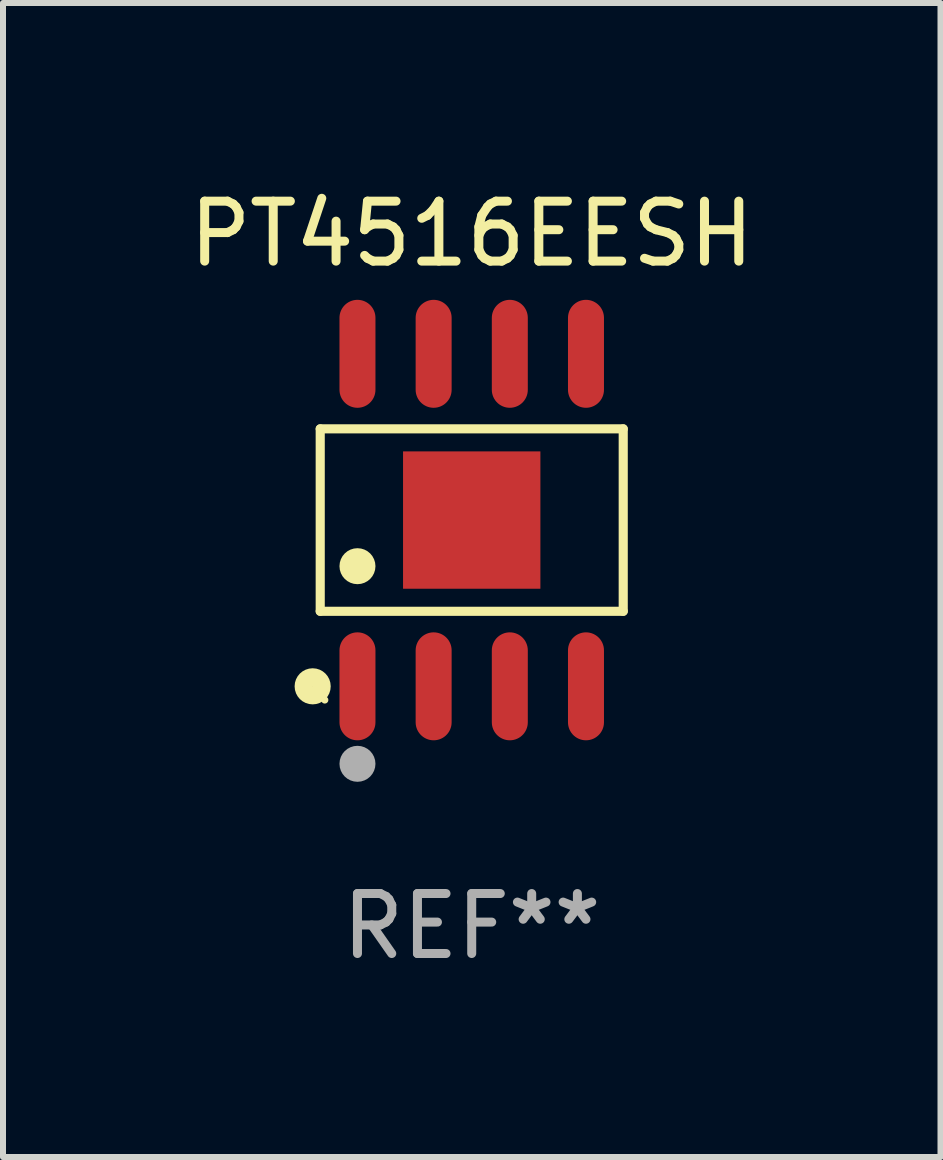
<source format=kicad_pcb>
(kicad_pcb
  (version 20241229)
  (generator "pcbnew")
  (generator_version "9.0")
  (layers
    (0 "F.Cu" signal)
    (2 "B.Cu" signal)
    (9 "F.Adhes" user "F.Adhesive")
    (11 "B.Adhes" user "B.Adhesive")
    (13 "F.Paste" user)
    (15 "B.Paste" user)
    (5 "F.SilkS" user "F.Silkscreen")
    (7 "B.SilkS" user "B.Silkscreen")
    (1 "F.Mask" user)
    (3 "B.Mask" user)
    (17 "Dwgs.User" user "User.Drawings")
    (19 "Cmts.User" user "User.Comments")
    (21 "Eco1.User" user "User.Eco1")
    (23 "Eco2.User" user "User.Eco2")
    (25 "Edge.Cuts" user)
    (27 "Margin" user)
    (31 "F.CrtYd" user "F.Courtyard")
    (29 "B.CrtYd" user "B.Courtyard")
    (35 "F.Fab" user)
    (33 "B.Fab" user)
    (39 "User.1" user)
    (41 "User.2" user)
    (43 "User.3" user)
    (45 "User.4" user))
  (footprint "PT4516EESH"
    (layer "F.Cu")
    (at 4.815 5.621)
    (property "Reference" "PT4516EESH" (at 0 -4.772 0) (layer "F.SilkS") (effects (font (size 1 1) (thickness 0.15))))
    (attr through_hole)
    (fp_line (start -2.526 -1.521) (end 2.526 -1.521) (stroke (width 0.152) (type solid)) (layer "F.SilkS"))
    (fp_line (start -2.526 1.521) (end -2.526 -1.521) (stroke (width 0.152) (type solid)) (layer "F.SilkS"))
    (fp_line (start 2.526 -1.521) (end 2.526 1.521) (stroke (width 0.152) (type solid)) (layer "F.SilkS"))
    (fp_line (start 2.526 1.521) (end -2.526 1.521) (stroke (width 0.152) (type solid)) (layer "F.SilkS"))
    (fp_circle (center -2.652 2.772) (end -2.501 2.772) (stroke (width 0.3) (type solid)) (fill no) (layer "F.SilkS"))
    (fp_circle (center -2.45 3) (end -2.42 3) (stroke (width 0.06) (type solid)) (fill no) (layer "F.SilkS"))
    (fp_circle (center -1.905 0.769) (end -1.755 0.769) (stroke (width 0.3) (type solid)) (fill no) (layer "F.SilkS"))
    (fp_circle (center -1.905 4.064) (end -1.755 4.064) (stroke (width 0.3) (type solid)) (fill no) (layer "F.Fab"))
    (fp_text user "REF**" (at 0 6.772 0) (layer "F.Fab") (effects (font (size 1 1) (thickness 0.15))))
    (pad "1" smd oval (at -1.905 2.772) (size 0.6 1.8) (layers "F.Cu" "F.Mask" "F.Paste"))
    (pad "2" smd oval (at -0.635 2.772) (size 0.6 1.8) (layers "F.Cu" "F.Mask" "F.Paste"))
    (pad "3" smd oval (at 0.635 2.772) (size 0.6 1.8) (layers "F.Cu" "F.Mask" "F.Paste"))
    (pad "4" smd oval (at 1.905 2.772) (size 0.6 1.8) (layers "F.Cu" "F.Mask" "F.Paste"))
    (pad "5" smd oval (at 1.905 -2.772) (size 0.6 1.8) (layers "F.Cu" "F.Mask" "F.Paste"))
    (pad "6" smd oval (at 0.635 -2.772) (size 0.6 1.8) (layers "F.Cu" "F.Mask" "F.Paste"))
    (pad "7" smd oval (at -0.635 -2.772) (size 0.6 1.8) (layers "F.Cu" "F.Mask" "F.Paste"))
    (pad "8" smd oval (at -1.905 -2.772) (size 0.6 1.8) (layers "F.Cu" "F.Mask" "F.Paste"))
    (pad "9" smd rect (at 0 0) (size 2.29 2.29) (layers "F.Cu" "F.Mask" "F.Paste")))
  (gr_rect
    (start -3 -3)
    (end 12.631 16.241)
    (stroke (width 0.1) (type default))
    (fill no)
    (layer "Edge.Cuts")))
</source>
